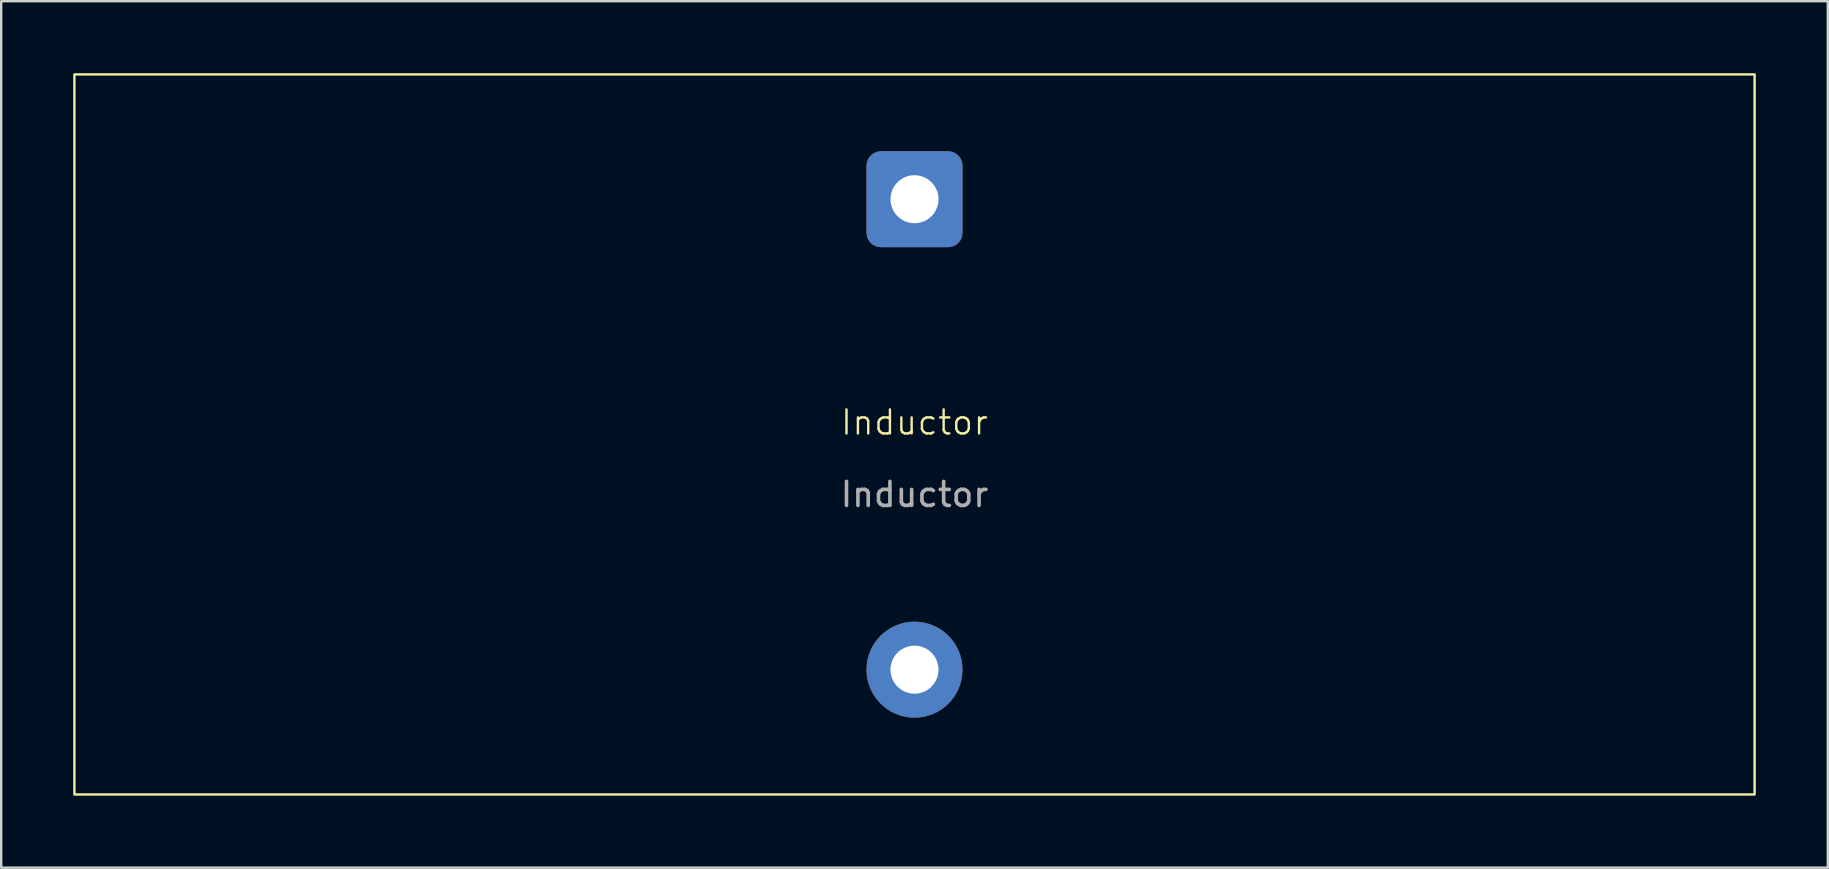
<source format=kicad_pcb>
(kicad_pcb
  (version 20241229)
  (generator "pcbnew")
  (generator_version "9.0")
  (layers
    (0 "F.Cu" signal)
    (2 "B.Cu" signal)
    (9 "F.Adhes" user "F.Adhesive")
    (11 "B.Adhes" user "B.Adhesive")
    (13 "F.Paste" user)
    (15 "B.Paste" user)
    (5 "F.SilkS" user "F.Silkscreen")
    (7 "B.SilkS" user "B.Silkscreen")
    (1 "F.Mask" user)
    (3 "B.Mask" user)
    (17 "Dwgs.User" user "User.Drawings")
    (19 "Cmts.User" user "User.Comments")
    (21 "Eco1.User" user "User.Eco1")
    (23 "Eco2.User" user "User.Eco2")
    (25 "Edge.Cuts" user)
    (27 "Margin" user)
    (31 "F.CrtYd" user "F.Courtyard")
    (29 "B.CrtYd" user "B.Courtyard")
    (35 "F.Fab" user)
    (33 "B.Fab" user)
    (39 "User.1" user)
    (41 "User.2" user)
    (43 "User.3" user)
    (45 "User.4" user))
  (footprint "Inductor"
    (layer "F.Cu")
    (at 35.05 15.05)
    (property "Reference" "Inductor" (at 0 -0.5 0) (unlocked yes) (layer "F.SilkS") (effects (font (size 1 1) (thickness 0.1))))
    (attr smd)
    (fp_rect (start -35 -15) (end 35 15) (stroke (width 0.1) (type solid)) (fill no) (layer "F.SilkS"))
    (fp_text user "${REFERENCE}" (at 0 2.5 0) (unlocked yes) (layer "F.Fab") (effects (font (size 1 1) (thickness 0.15))))
    (pad "1" thru_hole roundrect (at 0 -9.8) (size 4 4) (drill 2) (layers "*.Cu" "*.Mask") (roundrect_rratio 0.15))
    (pad "2" thru_hole circle (at 0 9.8) (size 4 4) (drill 2) (layers "*.Cu" "*.Mask")))
  (gr_rect
    (start -3 -3)
    (end 73.1 33.1)
    (stroke (width 0.1) (type default))
    (fill no)
    (layer "Edge.Cuts")))
</source>
